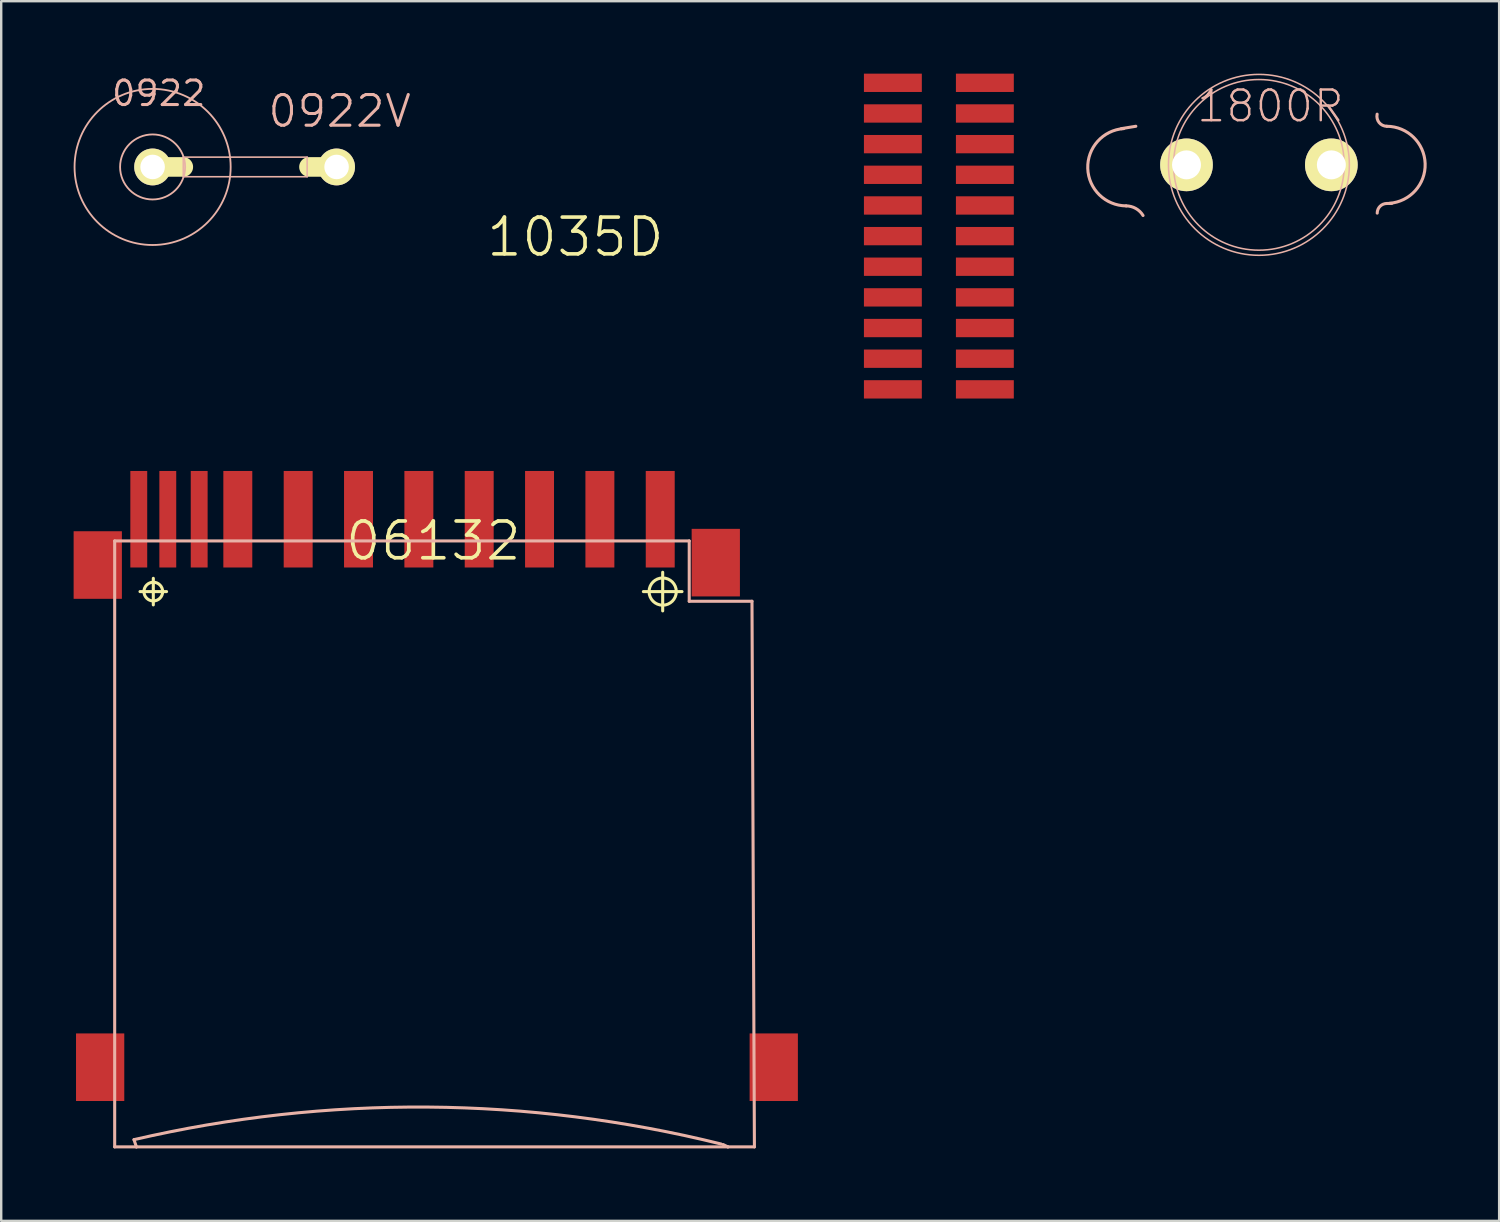
<source format=kicad_pcb>
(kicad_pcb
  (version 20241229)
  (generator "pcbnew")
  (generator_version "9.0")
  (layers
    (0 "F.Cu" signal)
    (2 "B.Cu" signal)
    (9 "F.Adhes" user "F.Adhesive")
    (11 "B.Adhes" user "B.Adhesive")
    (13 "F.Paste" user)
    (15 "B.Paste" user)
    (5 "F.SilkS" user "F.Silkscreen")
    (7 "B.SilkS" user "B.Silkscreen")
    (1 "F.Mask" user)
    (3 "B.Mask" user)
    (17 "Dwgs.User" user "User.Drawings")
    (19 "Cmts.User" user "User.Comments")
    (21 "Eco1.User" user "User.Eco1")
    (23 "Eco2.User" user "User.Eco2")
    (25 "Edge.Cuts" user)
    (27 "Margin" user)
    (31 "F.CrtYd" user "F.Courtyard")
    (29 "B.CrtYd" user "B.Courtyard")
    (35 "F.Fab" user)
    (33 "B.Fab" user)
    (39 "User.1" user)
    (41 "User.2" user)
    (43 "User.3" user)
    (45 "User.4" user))
  (footprint "1800R"
    (layer "F.Cu")
    (at 49.093 3.778)
    (property "Reference" "1800R" (at 0.475 -2.433 0) (layer "B.SilkS") (effects (font (size 1.27 1.27) (thickness 0.102))))
    (attr exclude_from_pos_files exclude_from_bom)
    (fp_line (start -5.098 -1.598) (end -5.7 -1.499) (stroke (width 0.127) (type solid)) (layer "B.SilkS"))
    (fp_line (start 5.499 1.598) (end 5.298 1.598) (stroke (width 0.127) (type solid)) (layer "B.SilkS"))
    (fp_arc (start -5.4991 1.69926) (mid -7.088403 0.146753) (end -5.599489 -1.502276) (stroke (width 0.127) (type solid)) (layer "B.SilkS"))
    (fp_arc (start -5.4991 1.69926) (mid -5.097356 1.807488) (end -4.798959 2.097436) (stroke (width 0.127) (type solid)) (layer "B.SilkS"))
    (fp_arc (start 4.89966 1.99898) (mid 5.01646 1.717) (end 5.29844 1.6002) (stroke (width 0.127) (type solid)) (layer "B.SilkS"))
    (fp_arc (start 5.29844 -1.59766) (mid 4.978079 -1.752539) (end 4.896229 -2.098832) (stroke (width 0.127) (type solid)) (layer "B.SilkS"))
    (fp_arc (start 5.29844 -1.59766) (mid 6.885107 -0.052572) (end 5.403502 1.593532) (stroke (width 0.127) (type solid)) (layer "B.SilkS"))
    (fp_circle (center 0 0) (end -2.649 2.649) (stroke (width 0.064) (type solid)) (fill no) (layer "B.SilkS"))
    (fp_circle (center 0 0) (end -2.499 2.499) (stroke (width 0.064) (type solid)) (fill no) (layer "B.SilkS"))
    (pad "1" thru_hole circle (at -3 0) (size 2.182 2.182) (drill 1.199) (layers "*.Cu" "F.Mask" "F.SilkS" "F.Paste"))
    (pad "2" thru_hole circle (at 3 0) (size 2.182 2.182) (drill 1.199) (layers "*.Cu" "F.Mask" "F.SilkS" "F.Paste")))
  (footprint "06132"
    (layer "F.Cu")
    (at 14.898 19.355)
    (property "Reference" "06132" (at 0 0 0) (layer "F.SilkS") (effects (font (size 1.524 1.524) (thickness 0.15))))
    (attr smd)
    (fp_line (start -12.149 2.098) (end -11.049 2.098) (stroke (width 0.127) (type solid)) (layer "F.SilkS"))
    (fp_line (start -11.598 2.649) (end -11.598 1.549) (stroke (width 0.127) (type solid)) (layer "F.SilkS"))
    (fp_line (start 8.7 2.098) (end 10.3 2.098) (stroke (width 0.127) (type solid)) (layer "F.SilkS"))
    (fp_line (start 9.5 2.898) (end 9.5 1.298) (stroke (width 0.127) (type solid)) (layer "F.SilkS"))
    (fp_circle (center -11.598 2.098) (end -11.872 2.372) (stroke (width 0.127) (type solid)) (fill no) (layer "F.SilkS"))
    (fp_circle (center 9.5 2.098) (end 9.898 2.497) (stroke (width 0.127) (type solid)) (fill no) (layer "F.SilkS"))
    (fp_line (start -13.198 0) (end 10.599 0) (stroke (width 0.127) (type solid)) (layer "B.SilkS"))
    (fp_line (start -13.198 25.098) (end -13.198 0) (stroke (width 0.127) (type solid)) (layer "B.SilkS"))
    (fp_line (start -12.398 24.798) (end -12.299 25.098) (stroke (width 0.127) (type solid)) (layer "B.SilkS"))
    (fp_line (start -12.299 25.098) (end -13.198 25.098) (stroke (width 0.127) (type solid)) (layer "B.SilkS"))
    (fp_line (start 10.599 0) (end 10.599 2.499) (stroke (width 0.127) (type solid)) (layer "B.SilkS"))
    (fp_line (start 10.599 2.499) (end 13.198 2.499) (stroke (width 0.127) (type solid)) (layer "B.SilkS"))
    (fp_line (start 11.999 24.999) (end 12.2 25.098) (stroke (width 0.127) (type solid)) (layer "B.SilkS"))
    (fp_line (start 12.2 25.098) (end -12.299 25.098) (stroke (width 0.127) (type solid)) (layer "B.SilkS"))
    (fp_line (start 13.198 2.499) (end 13.299 25.098) (stroke (width 0.127) (type solid)) (layer "B.SilkS"))
    (fp_line (start 13.299 25.098) (end 12.2 25.098) (stroke (width 0.127) (type solid)) (layer "B.SilkS"))
    (fp_arc (start -12.39774 24.79802) (mid -0.229158 23.449032) (end 11.918119 24.978017) (stroke (width 0.127) (type solid)) (layer "B.SilkS"))
    (pad "1" smd rect (at 6.899 -0.899 90) (size 3.998 1.199) (layers "F.Cu" "F.Mask" "F.Paste"))
    (pad "2" smd rect (at 4.399 -0.899 90) (size 3.998 1.199) (layers "F.Cu" "F.Mask" "F.Paste"))
    (pad "3" smd rect (at 1.9 -0.899 90) (size 3.998 1.199) (layers "F.Cu" "F.Mask" "F.Paste"))
    (pad "4" smd rect (at -0.599 -0.899 90) (size 3.998 1.199) (layers "F.Cu" "F.Mask" "F.Paste"))
    (pad "5" smd rect (at -3.099 -0.899 90) (size 3.998 1.199) (layers "F.Cu" "F.Mask" "F.Paste"))
    (pad "6" smd rect (at -5.598 -0.899 90) (size 3.998 1.199) (layers "F.Cu" "F.Mask" "F.Paste"))
    (pad "7" smd rect (at -8.098 -0.899 90) (size 3.998 1.199) (layers "F.Cu" "F.Mask" "F.Paste"))
    (pad "8" smd rect (at -9.698 -0.899 90) (size 3.998 0.699) (layers "F.Cu" "F.Mask" "F.Paste"))
    (pad "9" smd rect (at 9.398 -0.899 90) (size 3.998 1.199) (layers "F.Cu" "F.Mask" "F.Paste"))
    (pad "CD" smd rect (at -10.998 -0.899 90) (size 3.998 0.699) (layers "F.Cu" "F.Mask" "F.Paste"))
    (pad "GP" smd rect (at -13.8 21.798 90) (size 2.799 1.999) (layers "F.Cu" "F.Mask" "F.Paste"))
    (pad "GP2" smd rect (at 14.1 21.798 90) (size 2.799 1.999) (layers "F.Cu" "F.Mask" "F.Paste"))
    (pad "GP3" smd rect (at 11.699 0.899 90) (size 2.799 1.999) (layers "F.Cu" "F.Mask" "F.Paste"))
    (pad "GP4" smd rect (at -13.899 0.998 90) (size 2.799 1.999) (layers "F.Cu" "F.Mask" "F.Paste"))
    (pad "WP" smd rect (at -12.2 -0.899 90) (size 3.998 0.699) (layers "F.Cu" "F.Mask" "F.Paste")))
  (footprint "0922V"
    (layer "F.Cu")
    (at 8.351 3.865)
    (property "Reference" "0922V" (at 2.667 -2.311 0) (layer "B.SilkS") (effects (font (size 1.27 1.27) (thickness 0.127))))
    (attr exclude_from_pos_files exclude_from_bom)
    (fp_line (start -5.08 0) (end -3.81 0) (stroke (width 0.813) (type solid)) (layer "F.SilkS"))
    (fp_line (start 2.54 0) (end 1.397 0) (stroke (width 0.813) (type solid)) (layer "F.SilkS"))
    (fp_line (start -3.81 -0.406) (end 1.321 -0.406) (stroke (width 0.066) (type solid)) (layer "B.SilkS"))
    (fp_line (start -3.81 0.406) (end -3.81 -0.406) (stroke (width 0.066) (type solid)) (layer "B.SilkS"))
    (fp_line (start -3.81 0.406) (end 1.321 0.406) (stroke (width 0.066) (type solid)) (layer "B.SilkS"))
    (fp_line (start 1.321 0.406) (end 1.321 -0.406) (stroke (width 0.066) (type solid)) (layer "B.SilkS"))
    (fp_circle (center -5.08 0) (end -7.366 2.286) (stroke (width 0.076) (type solid)) (fill no) (layer "B.SilkS"))
    (fp_circle (center -5.08 0) (end -6.032 0.953) (stroke (width 0.076) (type solid)) (fill no) (layer "B.SilkS"))
    (fp_text user "0922" (at -4.826 -3.048 0) (layer "B.SilkS") (effects (font (size 1.016 1.016) (thickness 0.127))))
    (pad "1" thru_hole circle (at -5.08 0) (size 1.524 1.524) (drill 1.016) (layers "*.Cu" "F.Mask" "F.SilkS" "F.Paste"))
    (pad "2" thru_hole circle (at 2.54 0) (size 1.524 1.524) (drill 1.016) (layers "*.Cu" "F.Mask" "F.SilkS" "F.Paste")))
  (footprint "1035D"
    (layer "F.Cu")
    (at 20.782 6.768)
    (property "Reference" "1035D" (at 0 0 0) (layer "F.SilkS") (effects (font (size 1.524 1.524) (thickness 0.15))))
    (attr smd)
    (pad "#RST" smd rect (at 16.96 -6.388 270) (size 0.759 2.398) (layers "F.Cu" "F.Mask" "F.Paste"))
    (pad "BOOT" smd rect (at 13.15 3.769 90) (size 0.759 2.398) (layers "F.Cu" "F.Mask" "F.Paste"))
    (pad "GND" smd rect (at 13.15 -1.308 90) (size 0.759 2.398) (layers "F.Cu" "F.Mask" "F.Paste"))
    (pad "ON_O" smd rect (at 13.15 6.309 90) (size 0.759 2.398) (layers "F.Cu" "F.Mask" "F.Paste"))
    (pad "P$10" smd rect (at 13.15 5.039 90) (size 0.759 2.398) (layers "F.Cu" "F.Mask" "F.Paste"))
    (pad "P$12" smd rect (at 16.96 6.309 270) (size 0.759 2.398) (layers "F.Cu" "F.Mask" "F.Paste"))
    (pad "P$13" smd rect (at 16.96 5.039 270) (size 0.759 2.398) (layers "F.Cu" "F.Mask" "F.Paste"))
    (pad "P$14" smd rect (at 16.96 3.769 270) (size 0.759 2.398) (layers "F.Cu" "F.Mask" "F.Paste"))
    (pad "P$15" smd rect (at 16.96 2.499 270) (size 0.759 2.398) (layers "F.Cu" "F.Mask" "F.Paste"))
    (pad "P$16" smd rect (at 16.96 1.229 270) (size 0.759 2.398) (layers "F.Cu" "F.Mask" "F.Paste"))
    (pad "P$18" smd rect (at 16.96 -1.308 270) (size 0.759 2.398) (layers "F.Cu" "F.Mask" "F.Paste"))
    (pad "P$19" smd rect (at 16.96 -2.578 270) (size 0.759 2.398) (layers "F.Cu" "F.Mask" "F.Paste"))
    (pad "P$21" smd rect (at 16.96 -5.118 270) (size 0.759 2.398) (layers "F.Cu" "F.Mask" "F.Paste"))
    (pad "PPS" smd rect (at 13.15 -6.388 90) (size 0.759 2.398) (layers "F.Cu" "F.Mask" "F.Paste"))
    (pad "RFPW" smd rect (at 16.96 -3.848 270) (size 0.759 2.398) (layers "F.Cu" "F.Mask" "F.Paste"))
    (pad "RX0" smd rect (at 13.15 -3.848 90) (size 0.759 2.398) (layers "F.Cu" "F.Mask" "F.Paste"))
    (pad "RX1" smd rect (at 13.15 1.229 90) (size 0.759 2.398) (layers "F.Cu" "F.Mask" "F.Paste"))
    (pad "TX0" smd rect (at 13.15 -5.118 90) (size 0.759 2.398) (layers "F.Cu" "F.Mask" "F.Paste"))
    (pad "TX1" smd rect (at 13.15 2.499 90) (size 0.759 2.398) (layers "F.Cu" "F.Mask" "F.Paste"))
    (pad "VBAK" smd rect (at 13.15 -0.038 90) (size 0.759 2.398) (layers "F.Cu" "F.Mask" "F.Paste"))
    (pad "VBAK" smd rect (at 16.96 -0.038 270) (size 0.759 2.398) (layers "F.Cu" "F.Mask" "F.Paste"))
    (pad "VCC" smd rect (at 13.15 -2.578 90) (size 0.759 2.398) (layers "F.Cu" "F.Mask" "F.Paste")))
  (gr_rect
    (start -3 -3)
    (end 59.043 47.516)
    (stroke (width 0.1) (type default))
    (fill no)
    (layer "Edge.Cuts")))
</source>
